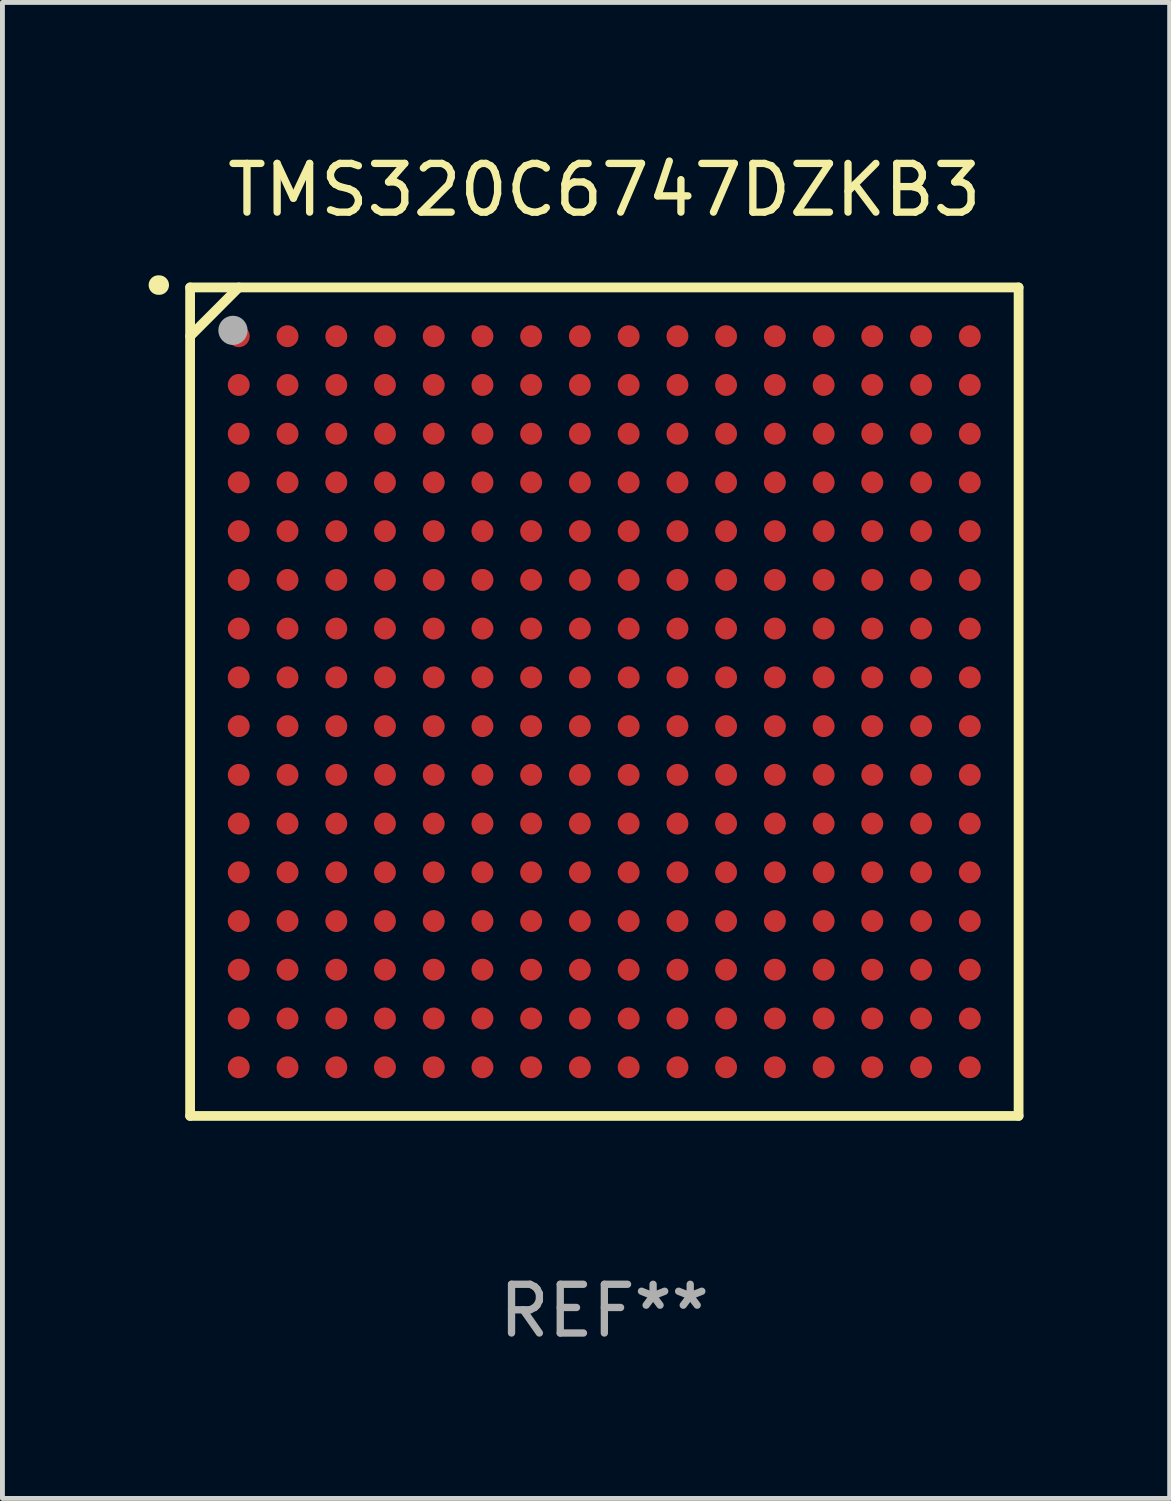
<source format=kicad_pcb>
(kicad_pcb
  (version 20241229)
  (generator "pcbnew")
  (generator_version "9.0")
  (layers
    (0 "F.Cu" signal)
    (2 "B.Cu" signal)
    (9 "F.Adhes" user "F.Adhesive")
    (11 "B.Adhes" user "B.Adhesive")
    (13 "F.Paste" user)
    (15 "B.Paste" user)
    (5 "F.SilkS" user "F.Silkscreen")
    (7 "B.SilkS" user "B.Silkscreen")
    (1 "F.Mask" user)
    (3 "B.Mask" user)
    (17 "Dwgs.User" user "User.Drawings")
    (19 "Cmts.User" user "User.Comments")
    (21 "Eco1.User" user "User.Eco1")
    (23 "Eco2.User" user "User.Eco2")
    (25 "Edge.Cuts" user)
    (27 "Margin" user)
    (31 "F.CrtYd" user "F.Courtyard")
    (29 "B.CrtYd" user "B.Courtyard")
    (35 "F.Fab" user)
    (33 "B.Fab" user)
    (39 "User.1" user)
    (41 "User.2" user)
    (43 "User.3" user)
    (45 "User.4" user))
  (footprint "TMS320C6747DZKB3"
    (layer "F.Cu")
    (at 9.351 11.348)
    (property "Reference" "TMS320C6747DZKB3" (at 0 -10.5 0) (layer "F.SilkS") (effects (font (size 1 1) (thickness 0.15))))
    (attr through_hole)
    (fp_line (start -8.5 -8.5) (end 8.5 -8.5) (stroke (width 0.2) (type solid)) (layer "F.SilkS"))
    (fp_line (start -8.5 -7.499) (end -7.502 -8.5) (stroke (width 0.2) (type solid)) (layer "F.SilkS"))
    (fp_line (start -8.5 8.5) (end -8.5 -8.5) (stroke (width 0.2) (type solid)) (layer "F.SilkS"))
    (fp_line (start 8.5 -8.5) (end 8.5 8.5) (stroke (width 0.2) (type solid)) (layer "F.SilkS"))
    (fp_line (start 8.5 8.5) (end -8.5 8.5) (stroke (width 0.2) (type solid)) (layer "F.SilkS"))
    (fp_arc (start -9.151181 -8.548768) (mid -9.142295 -8.548541) (end -9.133426 -8.547955) (stroke (width 0.4) (type solid)) (layer "F.SilkS"))
    (fp_circle (center -8.501 -8.499) (end -8.471 -8.499) (stroke (width 0.06) (type solid)) (fill no) (layer "F.SilkS"))
    (fp_circle (center -7.621 -7.619) (end -7.471 -7.619) (stroke (width 0.3) (type solid)) (fill no) (layer "F.Fab"))
    (fp_text user "REF**" (at 0 12.5 0) (layer "F.Fab") (effects (font (size 1 1) (thickness 0.15))))
    (pad "A1" smd circle (at -7.502 -7.499) (size 0.45 0.45) (layers "F.Cu" "F.Mask" "F.Paste"))
    (pad "A2" smd circle (at -6.501 -7.499) (size 0.45 0.45) (layers "F.Cu" "F.Mask" "F.Paste"))
    (pad "A3" smd circle (at -5.5 -7.499) (size 0.45 0.45) (layers "F.Cu" "F.Mask" "F.Paste"))
    (pad "A4" smd circle (at -4.502 -7.499) (size 0.45 0.45) (layers "F.Cu" "F.Mask" "F.Paste"))
    (pad "A5" smd circle (at -3.501 -7.499) (size 0.45 0.45) (layers "F.Cu" "F.Mask" "F.Paste"))
    (pad "A6" smd circle (at -2.501 -7.499) (size 0.45 0.45) (layers "F.Cu" "F.Mask" "F.Paste"))
    (pad "A7" smd circle (at -1.502 -7.499) (size 0.45 0.45) (layers "F.Cu" "F.Mask" "F.Paste"))
    (pad "A8" smd circle (at -0.502 -7.499) (size 0.45 0.45) (layers "F.Cu" "F.Mask" "F.Paste"))
    (pad "A9" smd circle (at 0.499 -7.499) (size 0.45 0.45) (layers "F.Cu" "F.Mask" "F.Paste"))
    (pad "A10" smd circle (at 1.5 -7.499) (size 0.45 0.45) (layers "F.Cu" "F.Mask" "F.Paste"))
    (pad "A11" smd circle (at 2.498 -7.499) (size 0.45 0.45) (layers "F.Cu" "F.Mask" "F.Paste"))
    (pad "A12" smd circle (at 3.499 -7.499) (size 0.45 0.45) (layers "F.Cu" "F.Mask" "F.Paste"))
    (pad "A13" smd circle (at 4.5 -7.499) (size 0.45 0.45) (layers "F.Cu" "F.Mask" "F.Paste"))
    (pad "A14" smd circle (at 5.498 -7.499) (size 0.45 0.45) (layers "F.Cu" "F.Mask" "F.Paste"))
    (pad "A15" smd circle (at 6.499 -7.499) (size 0.45 0.45) (layers "F.Cu" "F.Mask" "F.Paste"))
    (pad "A16" smd circle (at 7.499 -7.499) (size 0.45 0.45) (layers "F.Cu" "F.Mask" "F.Paste"))
    (pad "B1" smd circle (at -7.502 -6.499) (size 0.45 0.45) (layers "F.Cu" "F.Mask" "F.Paste"))
    (pad "B2" smd circle (at -6.501 -6.499) (size 0.45 0.45) (layers "F.Cu" "F.Mask" "F.Paste"))
    (pad "B3" smd circle (at -5.5 -6.499) (size 0.45 0.45) (layers "F.Cu" "F.Mask" "F.Paste"))
    (pad "B4" smd circle (at -4.502 -6.499) (size 0.45 0.45) (layers "F.Cu" "F.Mask" "F.Paste"))
    (pad "B5" smd circle (at -3.501 -6.499) (size 0.45 0.45) (layers "F.Cu" "F.Mask" "F.Paste"))
    (pad "B6" smd circle (at -2.501 -6.499) (size 0.45 0.45) (layers "F.Cu" "F.Mask" "F.Paste"))
    (pad "B7" smd circle (at -1.502 -6.499) (size 0.45 0.45) (layers "F.Cu" "F.Mask" "F.Paste"))
    (pad "B8" smd circle (at -0.502 -6.499) (size 0.45 0.45) (layers "F.Cu" "F.Mask" "F.Paste"))
    (pad "B9" smd circle (at 0.499 -6.499) (size 0.45 0.45) (layers "F.Cu" "F.Mask" "F.Paste"))
    (pad "B10" smd circle (at 1.5 -6.499) (size 0.45 0.45) (layers "F.Cu" "F.Mask" "F.Paste"))
    (pad "B11" smd circle (at 2.498 -6.499) (size 0.45 0.45) (layers "F.Cu" "F.Mask" "F.Paste"))
    (pad "B12" smd circle (at 3.499 -6.499) (size 0.45 0.45) (layers "F.Cu" "F.Mask" "F.Paste"))
    (pad "B13" smd circle (at 4.5 -6.499) (size 0.45 0.45) (layers "F.Cu" "F.Mask" "F.Paste"))
    (pad "B14" smd circle (at 5.498 -6.499) (size 0.45 0.45) (layers "F.Cu" "F.Mask" "F.Paste"))
    (pad "B15" smd circle (at 6.499 -6.499) (size 0.45 0.45) (layers "F.Cu" "F.Mask" "F.Paste"))
    (pad "B16" smd circle (at 7.499 -6.499) (size 0.45 0.45) (layers "F.Cu" "F.Mask" "F.Paste"))
    (pad "C1" smd circle (at -7.502 -5.498) (size 0.45 0.45) (layers "F.Cu" "F.Mask" "F.Paste"))
    (pad "C2" smd circle (at -6.501 -5.498) (size 0.45 0.45) (layers "F.Cu" "F.Mask" "F.Paste"))
    (pad "C3" smd circle (at -5.5 -5.498) (size 0.45 0.45) (layers "F.Cu" "F.Mask" "F.Paste"))
    (pad "C4" smd circle (at -4.502 -5.498) (size 0.45 0.45) (layers "F.Cu" "F.Mask" "F.Paste"))
    (pad "C5" smd circle (at -3.501 -5.498) (size 0.45 0.45) (layers "F.Cu" "F.Mask" "F.Paste"))
    (pad "C6" smd circle (at -2.501 -5.498) (size 0.45 0.45) (layers "F.Cu" "F.Mask" "F.Paste"))
    (pad "C7" smd circle (at -1.502 -5.498) (size 0.45 0.45) (layers "F.Cu" "F.Mask" "F.Paste"))
    (pad "C8" smd circle (at -0.502 -5.498) (size 0.45 0.45) (layers "F.Cu" "F.Mask" "F.Paste"))
    (pad "C9" smd circle (at 0.499 -5.498) (size 0.45 0.45) (layers "F.Cu" "F.Mask" "F.Paste"))
    (pad "C10" smd circle (at 1.5 -5.498) (size 0.45 0.45) (layers "F.Cu" "F.Mask" "F.Paste"))
    (pad "C11" smd circle (at 2.498 -5.498) (size 0.45 0.45) (layers "F.Cu" "F.Mask" "F.Paste"))
    (pad "C12" smd circle (at 3.499 -5.498) (size 0.45 0.45) (layers "F.Cu" "F.Mask" "F.Paste"))
    (pad "C13" smd circle (at 4.5 -5.498) (size 0.45 0.45) (layers "F.Cu" "F.Mask" "F.Paste"))
    (pad "C14" smd circle (at 5.498 -5.498) (size 0.45 0.45) (layers "F.Cu" "F.Mask" "F.Paste"))
    (pad "C15" smd circle (at 6.499 -5.498) (size 0.45 0.45) (layers "F.Cu" "F.Mask" "F.Paste"))
    (pad "C16" smd circle (at 7.499 -5.498) (size 0.45 0.45) (layers "F.Cu" "F.Mask" "F.Paste"))
    (pad "D1" smd circle (at -7.502 -4.5) (size 0.45 0.45) (layers "F.Cu" "F.Mask" "F.Paste"))
    (pad "D2" smd circle (at -6.501 -4.5) (size 0.45 0.45) (layers "F.Cu" "F.Mask" "F.Paste"))
    (pad "D3" smd circle (at -5.5 -4.5) (size 0.45 0.45) (layers "F.Cu" "F.Mask" "F.Paste"))
    (pad "D4" smd circle (at -4.502 -4.5) (size 0.45 0.45) (layers "F.Cu" "F.Mask" "F.Paste"))
    (pad "D5" smd circle (at -3.501 -4.5) (size 0.45 0.45) (layers "F.Cu" "F.Mask" "F.Paste"))
    (pad "D6" smd circle (at -2.501 -4.5) (size 0.45 0.45) (layers "F.Cu" "F.Mask" "F.Paste"))
    (pad "D7" smd circle (at -1.502 -4.5) (size 0.45 0.45) (layers "F.Cu" "F.Mask" "F.Paste"))
    (pad "D8" smd circle (at -0.502 -4.5) (size 0.45 0.45) (layers "F.Cu" "F.Mask" "F.Paste"))
    (pad "D9" smd circle (at 0.499 -4.5) (size 0.45 0.45) (layers "F.Cu" "F.Mask" "F.Paste"))
    (pad "D10" smd circle (at 1.5 -4.5) (size 0.45 0.45) (layers "F.Cu" "F.Mask" "F.Paste"))
    (pad "D11" smd circle (at 2.498 -4.5) (size 0.45 0.45) (layers "F.Cu" "F.Mask" "F.Paste"))
    (pad "D12" smd circle (at 3.499 -4.5) (size 0.45 0.45) (layers "F.Cu" "F.Mask" "F.Paste"))
    (pad "D13" smd circle (at 4.5 -4.5) (size 0.45 0.45) (layers "F.Cu" "F.Mask" "F.Paste"))
    (pad "D14" smd circle (at 5.498 -4.5) (size 0.45 0.45) (layers "F.Cu" "F.Mask" "F.Paste"))
    (pad "D15" smd circle (at 6.499 -4.5) (size 0.45 0.45) (layers "F.Cu" "F.Mask" "F.Paste"))
    (pad "D16" smd circle (at 7.499 -4.5) (size 0.45 0.45) (layers "F.Cu" "F.Mask" "F.Paste"))
    (pad "E1" smd circle (at -7.502 -3.499) (size 0.45 0.45) (layers "F.Cu" "F.Mask" "F.Paste"))
    (pad "E2" smd circle (at -6.501 -3.499) (size 0.45 0.45) (layers "F.Cu" "F.Mask" "F.Paste"))
    (pad "E3" smd circle (at -5.5 -3.499) (size 0.45 0.45) (layers "F.Cu" "F.Mask" "F.Paste"))
    (pad "E4" smd circle (at -4.502 -3.499) (size 0.45 0.45) (layers "F.Cu" "F.Mask" "F.Paste"))
    (pad "E5" smd circle (at -3.501 -3.499) (size 0.45 0.45) (layers "F.Cu" "F.Mask" "F.Paste"))
    (pad "E6" smd circle (at -2.501 -3.499) (size 0.45 0.45) (layers "F.Cu" "F.Mask" "F.Paste"))
    (pad "E7" smd circle (at -1.502 -3.499) (size 0.45 0.45) (layers "F.Cu" "F.Mask" "F.Paste"))
    (pad "E8" smd circle (at -0.502 -3.499) (size 0.45 0.45) (layers "F.Cu" "F.Mask" "F.Paste"))
    (pad "E9" smd circle (at 0.499 -3.499) (size 0.45 0.45) (layers "F.Cu" "F.Mask" "F.Paste"))
    (pad "E10" smd circle (at 1.5 -3.499) (size 0.45 0.45) (layers "F.Cu" "F.Mask" "F.Paste"))
    (pad "E11" smd circle (at 2.498 -3.499) (size 0.45 0.45) (layers "F.Cu" "F.Mask" "F.Paste"))
    (pad "E12" smd circle (at 3.499 -3.499) (size 0.45 0.45) (layers "F.Cu" "F.Mask" "F.Paste"))
    (pad "E13" smd circle (at 4.5 -3.499) (size 0.45 0.45) (layers "F.Cu" "F.Mask" "F.Paste"))
    (pad "E14" smd circle (at 5.498 -3.499) (size 0.45 0.45) (layers "F.Cu" "F.Mask" "F.Paste"))
    (pad "E15" smd circle (at 6.499 -3.499) (size 0.45 0.45) (layers "F.Cu" "F.Mask" "F.Paste"))
    (pad "E16" smd circle (at 7.499 -3.499) (size 0.45 0.45) (layers "F.Cu" "F.Mask" "F.Paste"))
    (pad "F1" smd circle (at -7.502 -2.498) (size 0.45 0.45) (layers "F.Cu" "F.Mask" "F.Paste"))
    (pad "F2" smd circle (at -6.501 -2.498) (size 0.45 0.45) (layers "F.Cu" "F.Mask" "F.Paste"))
    (pad "F3" smd circle (at -5.5 -2.498) (size 0.45 0.45) (layers "F.Cu" "F.Mask" "F.Paste"))
    (pad "F4" smd circle (at -4.502 -2.498) (size 0.45 0.45) (layers "F.Cu" "F.Mask" "F.Paste"))
    (pad "F5" smd circle (at -3.501 -2.498) (size 0.45 0.45) (layers "F.Cu" "F.Mask" "F.Paste"))
    (pad "F6" smd circle (at -2.501 -2.498) (size 0.45 0.45) (layers "F.Cu" "F.Mask" "F.Paste"))
    (pad "F7" smd circle (at -1.502 -2.498) (size 0.45 0.45) (layers "F.Cu" "F.Mask" "F.Paste"))
    (pad "F8" smd circle (at -0.502 -2.498) (size 0.45 0.45) (layers "F.Cu" "F.Mask" "F.Paste"))
    (pad "F9" smd circle (at 0.499 -2.498) (size 0.45 0.45) (layers "F.Cu" "F.Mask" "F.Paste"))
    (pad "F10" smd circle (at 1.5 -2.498) (size 0.45 0.45) (layers "F.Cu" "F.Mask" "F.Paste"))
    (pad "F11" smd circle (at 2.498 -2.498) (size 0.45 0.45) (layers "F.Cu" "F.Mask" "F.Paste"))
    (pad "F12" smd circle (at 3.499 -2.498) (size 0.45 0.45) (layers "F.Cu" "F.Mask" "F.Paste"))
    (pad "F13" smd circle (at 4.5 -2.498) (size 0.45 0.45) (layers "F.Cu" "F.Mask" "F.Paste"))
    (pad "F14" smd circle (at 5.498 -2.498) (size 0.45 0.45) (layers "F.Cu" "F.Mask" "F.Paste"))
    (pad "F15" smd circle (at 6.499 -2.498) (size 0.45 0.45) (layers "F.Cu" "F.Mask" "F.Paste"))
    (pad "F16" smd circle (at 7.499 -2.498) (size 0.45 0.45) (layers "F.Cu" "F.Mask" "F.Paste"))
    (pad "G1" smd circle (at -7.502 -1.5) (size 0.45 0.45) (layers "F.Cu" "F.Mask" "F.Paste"))
    (pad "G2" smd circle (at -6.501 -1.5) (size 0.45 0.45) (layers "F.Cu" "F.Mask" "F.Paste"))
    (pad "G3" smd circle (at -5.5 -1.5) (size 0.45 0.45) (layers "F.Cu" "F.Mask" "F.Paste"))
    (pad "G4" smd circle (at -4.502 -1.5) (size 0.45 0.45) (layers "F.Cu" "F.Mask" "F.Paste"))
    (pad "G5" smd circle (at -3.501 -1.5) (size 0.45 0.45) (layers "F.Cu" "F.Mask" "F.Paste"))
    (pad "G6" smd circle (at -2.501 -1.5) (size 0.45 0.45) (layers "F.Cu" "F.Mask" "F.Paste"))
    (pad "G7" smd circle (at -1.502 -1.5) (size 0.45 0.45) (layers "F.Cu" "F.Mask" "F.Paste"))
    (pad "G8" smd circle (at -0.502 -1.5) (size 0.45 0.45) (layers "F.Cu" "F.Mask" "F.Paste"))
    (pad "G9" smd circle (at 0.499 -1.5) (size 0.45 0.45) (layers "F.Cu" "F.Mask" "F.Paste"))
    (pad "G10" smd circle (at 1.5 -1.5) (size 0.45 0.45) (layers "F.Cu" "F.Mask" "F.Paste"))
    (pad "G11" smd circle (at 2.498 -1.5) (size 0.45 0.45) (layers "F.Cu" "F.Mask" "F.Paste"))
    (pad "G12" smd circle (at 3.499 -1.5) (size 0.45 0.45) (layers "F.Cu" "F.Mask" "F.Paste"))
    (pad "G13" smd circle (at 4.5 -1.5) (size 0.45 0.45) (layers "F.Cu" "F.Mask" "F.Paste"))
    (pad "G14" smd circle (at 5.498 -1.5) (size 0.45 0.45) (layers "F.Cu" "F.Mask" "F.Paste"))
    (pad "G15" smd circle (at 6.499 -1.5) (size 0.45 0.45) (layers "F.Cu" "F.Mask" "F.Paste"))
    (pad "G16" smd circle (at 7.499 -1.5) (size 0.45 0.45) (layers "F.Cu" "F.Mask" "F.Paste"))
    (pad "H1" smd circle (at -7.502 -0.499) (size 0.45 0.45) (layers "F.Cu" "F.Mask" "F.Paste"))
    (pad "H2" smd circle (at -6.501 -0.499) (size 0.45 0.45) (layers "F.Cu" "F.Mask" "F.Paste"))
    (pad "H3" smd circle (at -5.5 -0.499) (size 0.45 0.45) (layers "F.Cu" "F.Mask" "F.Paste"))
    (pad "H4" smd circle (at -4.502 -0.499) (size 0.45 0.45) (layers "F.Cu" "F.Mask" "F.Paste"))
    (pad "H5" smd circle (at -3.501 -0.499) (size 0.45 0.45) (layers "F.Cu" "F.Mask" "F.Paste"))
    (pad "H6" smd circle (at -2.501 -0.499) (size 0.45 0.45) (layers "F.Cu" "F.Mask" "F.Paste"))
    (pad "H7" smd circle (at -1.502 -0.499) (size 0.45 0.45) (layers "F.Cu" "F.Mask" "F.Paste"))
    (pad "H8" smd circle (at -0.502 -0.499) (size 0.45 0.45) (layers "F.Cu" "F.Mask" "F.Paste"))
    (pad "H9" smd circle (at 0.499 -0.499) (size 0.45 0.45) (layers "F.Cu" "F.Mask" "F.Paste"))
    (pad "H10" smd circle (at 1.5 -0.499) (size 0.45 0.45) (layers "F.Cu" "F.Mask" "F.Paste"))
    (pad "H11" smd circle (at 2.498 -0.499) (size 0.45 0.45) (layers "F.Cu" "F.Mask" "F.Paste"))
    (pad "H12" smd circle (at 3.499 -0.499) (size 0.45 0.45) (layers "F.Cu" "F.Mask" "F.Paste"))
    (pad "H13" smd circle (at 4.5 -0.499) (size 0.45 0.45) (layers "F.Cu" "F.Mask" "F.Paste"))
    (pad "H14" smd circle (at 5.498 -0.499) (size 0.45 0.45) (layers "F.Cu" "F.Mask" "F.Paste"))
    (pad "H15" smd circle (at 6.499 -0.499) (size 0.45 0.45) (layers "F.Cu" "F.Mask" "F.Paste"))
    (pad "H16" smd circle (at 7.499 -0.499) (size 0.45 0.45) (layers "F.Cu" "F.Mask" "F.Paste"))
    (pad "J1" smd circle (at -7.502 0.502) (size 0.45 0.45) (layers "F.Cu" "F.Mask" "F.Paste"))
    (pad "J2" smd circle (at -6.501 0.502) (size 0.45 0.45) (layers "F.Cu" "F.Mask" "F.Paste"))
    (pad "J3" smd circle (at -5.5 0.502) (size 0.45 0.45) (layers "F.Cu" "F.Mask" "F.Paste"))
    (pad "J4" smd circle (at -4.502 0.502) (size 0.45 0.45) (layers "F.Cu" "F.Mask" "F.Paste"))
    (pad "J5" smd circle (at -3.501 0.502) (size 0.45 0.45) (layers "F.Cu" "F.Mask" "F.Paste"))
    (pad "J6" smd circle (at -2.501 0.502) (size 0.45 0.45) (layers "F.Cu" "F.Mask" "F.Paste"))
    (pad "J7" smd circle (at -1.502 0.502) (size 0.45 0.45) (layers "F.Cu" "F.Mask" "F.Paste"))
    (pad "J8" smd circle (at -0.502 0.502) (size 0.45 0.45) (layers "F.Cu" "F.Mask" "F.Paste"))
    (pad "J9" smd circle (at 0.499 0.502) (size 0.45 0.45) (layers "F.Cu" "F.Mask" "F.Paste"))
    (pad "J10" smd circle (at 1.5 0.502) (size 0.45 0.45) (layers "F.Cu" "F.Mask" "F.Paste"))
    (pad "J11" smd circle (at 2.498 0.502) (size 0.45 0.45) (layers "F.Cu" "F.Mask" "F.Paste"))
    (pad "J12" smd circle (at 3.499 0.502) (size 0.45 0.45) (layers "F.Cu" "F.Mask" "F.Paste"))
    (pad "J13" smd circle (at 4.5 0.502) (size 0.45 0.45) (layers "F.Cu" "F.Mask" "F.Paste"))
    (pad "J14" smd circle (at 5.498 0.502) (size 0.45 0.45) (layers "F.Cu" "F.Mask" "F.Paste"))
    (pad "J15" smd circle (at 6.499 0.502) (size 0.45 0.45) (layers "F.Cu" "F.Mask" "F.Paste"))
    (pad "J16" smd circle (at 7.499 0.502) (size 0.45 0.45) (layers "F.Cu" "F.Mask" "F.Paste"))
    (pad "K1" smd circle (at -7.502 1.502) (size 0.45 0.45) (layers "F.Cu" "F.Mask" "F.Paste"))
    (pad "K2" smd circle (at -6.501 1.502) (size 0.45 0.45) (layers "F.Cu" "F.Mask" "F.Paste"))
    (pad "K3" smd circle (at -5.5 1.502) (size 0.45 0.45) (layers "F.Cu" "F.Mask" "F.Paste"))
    (pad "K4" smd circle (at -4.502 1.502) (size 0.45 0.45) (layers "F.Cu" "F.Mask" "F.Paste"))
    (pad "K5" smd circle (at -3.501 1.502) (size 0.45 0.45) (layers "F.Cu" "F.Mask" "F.Paste"))
    (pad "K6" smd circle (at -2.501 1.502) (size 0.45 0.45) (layers "F.Cu" "F.Mask" "F.Paste"))
    (pad "K7" smd circle (at -1.502 1.502) (size 0.45 0.45) (layers "F.Cu" "F.Mask" "F.Paste"))
    (pad "K8" smd circle (at -0.502 1.502) (size 0.45 0.45) (layers "F.Cu" "F.Mask" "F.Paste"))
    (pad "K9" smd circle (at 0.499 1.502) (size 0.45 0.45) (layers "F.Cu" "F.Mask" "F.Paste"))
    (pad "K10" smd circle (at 1.5 1.502) (size 0.45 0.45) (layers "F.Cu" "F.Mask" "F.Paste"))
    (pad "K11" smd circle (at 2.498 1.502) (size 0.45 0.45) (layers "F.Cu" "F.Mask" "F.Paste"))
    (pad "K12" smd circle (at 3.499 1.502) (size 0.45 0.45) (layers "F.Cu" "F.Mask" "F.Paste"))
    (pad "K13" smd circle (at 4.5 1.502) (size 0.45 0.45) (layers "F.Cu" "F.Mask" "F.Paste"))
    (pad "K14" smd circle (at 5.498 1.502) (size 0.45 0.45) (layers "F.Cu" "F.Mask" "F.Paste"))
    (pad "K15" smd circle (at 6.499 1.502) (size 0.45 0.45) (layers "F.Cu" "F.Mask" "F.Paste"))
    (pad "K16" smd circle (at 7.499 1.502) (size 0.45 0.45) (layers "F.Cu" "F.Mask" "F.Paste"))
    (pad "L1" smd circle (at -7.502 2.501) (size 0.45 0.45) (layers "F.Cu" "F.Mask" "F.Paste"))
    (pad "L2" smd circle (at -6.501 2.501) (size 0.45 0.45) (layers "F.Cu" "F.Mask" "F.Paste"))
    (pad "L3" smd circle (at -5.5 2.501) (size 0.45 0.45) (layers "F.Cu" "F.Mask" "F.Paste"))
    (pad "L4" smd circle (at -4.502 2.501) (size 0.45 0.45) (layers "F.Cu" "F.Mask" "F.Paste"))
    (pad "L5" smd circle (at -3.501 2.501) (size 0.45 0.45) (layers "F.Cu" "F.Mask" "F.Paste"))
    (pad "L6" smd circle (at -2.501 2.501) (size 0.45 0.45) (layers "F.Cu" "F.Mask" "F.Paste"))
    (pad "L7" smd circle (at -1.502 2.501) (size 0.45 0.45) (layers "F.Cu" "F.Mask" "F.Paste"))
    (pad "L8" smd circle (at -0.502 2.501) (size 0.45 0.45) (layers "F.Cu" "F.Mask" "F.Paste"))
    (pad "L9" smd circle (at 0.499 2.501) (size 0.45 0.45) (layers "F.Cu" "F.Mask" "F.Paste"))
    (pad "L10" smd circle (at 1.5 2.501) (size 0.45 0.45) (layers "F.Cu" "F.Mask" "F.Paste"))
    (pad "L11" smd circle (at 2.498 2.501) (size 0.45 0.45) (layers "F.Cu" "F.Mask" "F.Paste"))
    (pad "L12" smd circle (at 3.499 2.501) (size 0.45 0.45) (layers "F.Cu" "F.Mask" "F.Paste"))
    (pad "L13" smd circle (at 4.5 2.501) (size 0.45 0.45) (layers "F.Cu" "F.Mask" "F.Paste"))
    (pad "L14" smd circle (at 5.498 2.501) (size 0.45 0.45) (layers "F.Cu" "F.Mask" "F.Paste"))
    (pad "L15" smd circle (at 6.499 2.501) (size 0.45 0.45) (layers "F.Cu" "F.Mask" "F.Paste"))
    (pad "L16" smd circle (at 7.499 2.501) (size 0.45 0.45) (layers "F.Cu" "F.Mask" "F.Paste"))
    (pad "M1" smd circle (at -7.502 3.501) (size 0.45 0.45) (layers "F.Cu" "F.Mask" "F.Paste"))
    (pad "M2" smd circle (at -6.501 3.501) (size 0.45 0.45) (layers "F.Cu" "F.Mask" "F.Paste"))
    (pad "M3" smd circle (at -5.5 3.501) (size 0.45 0.45) (layers "F.Cu" "F.Mask" "F.Paste"))
    (pad "M4" smd circle (at -4.502 3.501) (size 0.45 0.45) (layers "F.Cu" "F.Mask" "F.Paste"))
    (pad "M5" smd circle (at -3.501 3.501) (size 0.45 0.45) (layers "F.Cu" "F.Mask" "F.Paste"))
    (pad "M6" smd circle (at -2.501 3.501) (size 0.45 0.45) (layers "F.Cu" "F.Mask" "F.Paste"))
    (pad "M7" smd circle (at -1.502 3.501) (size 0.45 0.45) (layers "F.Cu" "F.Mask" "F.Paste"))
    (pad "M8" smd circle (at -0.502 3.501) (size 0.45 0.45) (layers "F.Cu" "F.Mask" "F.Paste"))
    (pad "M9" smd circle (at 0.499 3.501) (size 0.45 0.45) (layers "F.Cu" "F.Mask" "F.Paste"))
    (pad "M10" smd circle (at 1.5 3.501) (size 0.45 0.45) (layers "F.Cu" "F.Mask" "F.Paste"))
    (pad "M11" smd circle (at 2.498 3.501) (size 0.45 0.45) (layers "F.Cu" "F.Mask" "F.Paste"))
    (pad "M12" smd circle (at 3.499 3.501) (size 0.45 0.45) (layers "F.Cu" "F.Mask" "F.Paste"))
    (pad "M13" smd circle (at 4.5 3.501) (size 0.45 0.45) (layers "F.Cu" "F.Mask" "F.Paste"))
    (pad "M14" smd circle (at 5.498 3.501) (size 0.45 0.45) (layers "F.Cu" "F.Mask" "F.Paste"))
    (pad "M15" smd circle (at 6.499 3.501) (size 0.45 0.45) (layers "F.Cu" "F.Mask" "F.Paste"))
    (pad "M16" smd circle (at 7.499 3.501) (size 0.45 0.45) (layers "F.Cu" "F.Mask" "F.Paste"))
    (pad "N1" smd circle (at -7.502 4.502) (size 0.45 0.45) (layers "F.Cu" "F.Mask" "F.Paste"))
    (pad "N2" smd circle (at -6.501 4.502) (size 0.45 0.45) (layers "F.Cu" "F.Mask" "F.Paste"))
    (pad "N3" smd circle (at -5.5 4.502) (size 0.45 0.45) (layers "F.Cu" "F.Mask" "F.Paste"))
    (pad "N4" smd circle (at -4.502 4.502) (size 0.45 0.45) (layers "F.Cu" "F.Mask" "F.Paste"))
    (pad "N5" smd circle (at -3.501 4.502) (size 0.45 0.45) (layers "F.Cu" "F.Mask" "F.Paste"))
    (pad "N6" smd circle (at -2.501 4.502) (size 0.45 0.45) (layers "F.Cu" "F.Mask" "F.Paste"))
    (pad "N7" smd circle (at -1.502 4.502) (size 0.45 0.45) (layers "F.Cu" "F.Mask" "F.Paste"))
    (pad "N8" smd circle (at -0.502 4.502) (size 0.45 0.45) (layers "F.Cu" "F.Mask" "F.Paste"))
    (pad "N9" smd circle (at 0.499 4.502) (size 0.45 0.45) (layers "F.Cu" "F.Mask" "F.Paste"))
    (pad "N10" smd circle (at 1.5 4.502) (size 0.45 0.45) (layers "F.Cu" "F.Mask" "F.Paste"))
    (pad "N11" smd circle (at 2.498 4.502) (size 0.45 0.45) (layers "F.Cu" "F.Mask" "F.Paste"))
    (pad "N12" smd circle (at 3.499 4.502) (size 0.45 0.45) (layers "F.Cu" "F.Mask" "F.Paste"))
    (pad "N13" smd circle (at 4.5 4.502) (size 0.45 0.45) (layers "F.Cu" "F.Mask" "F.Paste"))
    (pad "N14" smd circle (at 5.498 4.502) (size 0.45 0.45) (layers "F.Cu" "F.Mask" "F.Paste"))
    (pad "N15" smd circle (at 6.499 4.502) (size 0.45 0.45) (layers "F.Cu" "F.Mask" "F.Paste"))
    (pad "N16" smd circle (at 7.499 4.502) (size 0.45 0.45) (layers "F.Cu" "F.Mask" "F.Paste"))
    (pad "P1" smd circle (at -7.502 5.5) (size 0.45 0.45) (layers "F.Cu" "F.Mask" "F.Paste"))
    (pad "P2" smd circle (at -6.501 5.5) (size 0.45 0.45) (layers "F.Cu" "F.Mask" "F.Paste"))
    (pad "P3" smd circle (at -5.5 5.5) (size 0.45 0.45) (layers "F.Cu" "F.Mask" "F.Paste"))
    (pad "P4" smd circle (at -4.502 5.5) (size 0.45 0.45) (layers "F.Cu" "F.Mask" "F.Paste"))
    (pad "P5" smd circle (at -3.501 5.5) (size 0.45 0.45) (layers "F.Cu" "F.Mask" "F.Paste"))
    (pad "P6" smd circle (at -2.501 5.5) (size 0.45 0.45) (layers "F.Cu" "F.Mask" "F.Paste"))
    (pad "P7" smd circle (at -1.502 5.5) (size 0.45 0.45) (layers "F.Cu" "F.Mask" "F.Paste"))
    (pad "P8" smd circle (at -0.502 5.5) (size 0.45 0.45) (layers "F.Cu" "F.Mask" "F.Paste"))
    (pad "P9" smd circle (at 0.499 5.5) (size 0.45 0.45) (layers "F.Cu" "F.Mask" "F.Paste"))
    (pad "P10" smd circle (at 1.5 5.5) (size 0.45 0.45) (layers "F.Cu" "F.Mask" "F.Paste"))
    (pad "P11" smd circle (at 2.498 5.5) (size 0.45 0.45) (layers "F.Cu" "F.Mask" "F.Paste"))
    (pad "P12" smd circle (at 3.499 5.5) (size 0.45 0.45) (layers "F.Cu" "F.Mask" "F.Paste"))
    (pad "P13" smd circle (at 4.5 5.5) (size 0.45 0.45) (layers "F.Cu" "F.Mask" "F.Paste"))
    (pad "P14" smd circle (at 5.498 5.5) (size 0.45 0.45) (layers "F.Cu" "F.Mask" "F.Paste"))
    (pad "P15" smd circle (at 6.499 5.5) (size 0.45 0.45) (layers "F.Cu" "F.Mask" "F.Paste"))
    (pad "P16" smd circle (at 7.499 5.5) (size 0.45 0.45) (layers "F.Cu" "F.Mask" "F.Paste"))
    (pad "R1" smd circle (at -7.502 6.501) (size 0.45 0.45) (layers "F.Cu" "F.Mask" "F.Paste"))
    (pad "R2" smd circle (at -6.501 6.501) (size 0.45 0.45) (layers "F.Cu" "F.Mask" "F.Paste"))
    (pad "R3" smd circle (at -5.5 6.501) (size 0.45 0.45) (layers "F.Cu" "F.Mask" "F.Paste"))
    (pad "R4" smd circle (at -4.502 6.501) (size 0.45 0.45) (layers "F.Cu" "F.Mask" "F.Paste"))
    (pad "R5" smd circle (at -3.501 6.501) (size 0.45 0.45) (layers "F.Cu" "F.Mask" "F.Paste"))
    (pad "R6" smd circle (at -2.501 6.501) (size 0.45 0.45) (layers "F.Cu" "F.Mask" "F.Paste"))
    (pad "R7" smd circle (at -1.502 6.501) (size 0.45 0.45) (layers "F.Cu" "F.Mask" "F.Paste"))
    (pad "R8" smd circle (at -0.502 6.501) (size 0.45 0.45) (layers "F.Cu" "F.Mask" "F.Paste"))
    (pad "R9" smd circle (at 0.499 6.501) (size 0.45 0.45) (layers "F.Cu" "F.Mask" "F.Paste"))
    (pad "R10" smd circle (at 1.5 6.501) (size 0.45 0.45) (layers "F.Cu" "F.Mask" "F.Paste"))
    (pad "R11" smd circle (at 2.498 6.501) (size 0.45 0.45) (layers "F.Cu" "F.Mask" "F.Paste"))
    (pad "R12" smd circle (at 3.499 6.501) (size 0.45 0.45) (layers "F.Cu" "F.Mask" "F.Paste"))
    (pad "R13" smd circle (at 4.5 6.501) (size 0.45 0.45) (layers "F.Cu" "F.Mask" "F.Paste"))
    (pad "R14" smd circle (at 5.498 6.501) (size 0.45 0.45) (layers "F.Cu" "F.Mask" "F.Paste"))
    (pad "R15" smd circle (at 6.499 6.501) (size 0.45 0.45) (layers "F.Cu" "F.Mask" "F.Paste"))
    (pad "R16" smd circle (at 7.499 6.501) (size 0.45 0.45) (layers "F.Cu" "F.Mask" "F.Paste"))
    (pad "T1" smd circle (at -7.502 7.502) (size 0.45 0.45) (layers "F.Cu" "F.Mask" "F.Paste"))
    (pad "T2" smd circle (at -6.501 7.502) (size 0.45 0.45) (layers "F.Cu" "F.Mask" "F.Paste"))
    (pad "T3" smd circle (at -5.5 7.502) (size 0.45 0.45) (layers "F.Cu" "F.Mask" "F.Paste"))
    (pad "T4" smd circle (at -4.502 7.502) (size 0.45 0.45) (layers "F.Cu" "F.Mask" "F.Paste"))
    (pad "T5" smd circle (at -3.501 7.502) (size 0.45 0.45) (layers "F.Cu" "F.Mask" "F.Paste"))
    (pad "T6" smd circle (at -2.501 7.502) (size 0.45 0.45) (layers "F.Cu" "F.Mask" "F.Paste"))
    (pad "T7" smd circle (at -1.502 7.502) (size 0.45 0.45) (layers "F.Cu" "F.Mask" "F.Paste"))
    (pad "T8" smd circle (at -0.502 7.502) (size 0.45 0.45) (layers "F.Cu" "F.Mask" "F.Paste"))
    (pad "T9" smd circle (at 0.499 7.502) (size 0.45 0.45) (layers "F.Cu" "F.Mask" "F.Paste"))
    (pad "T10" smd circle (at 1.5 7.502) (size 0.45 0.45) (layers "F.Cu" "F.Mask" "F.Paste"))
    (pad "T11" smd circle (at 2.498 7.502) (size 0.45 0.45) (layers "F.Cu" "F.Mask" "F.Paste"))
    (pad "T12" smd circle (at 3.499 7.502) (size 0.45 0.45) (layers "F.Cu" "F.Mask" "F.Paste"))
    (pad "T13" smd circle (at 4.5 7.502) (size 0.45 0.45) (layers "F.Cu" "F.Mask" "F.Paste"))
    (pad "T14" smd circle (at 5.498 7.502) (size 0.45 0.45) (layers "F.Cu" "F.Mask" "F.Paste"))
    (pad "T15" smd circle (at 6.499 7.502) (size 0.45 0.45) (layers "F.Cu" "F.Mask" "F.Paste"))
    (pad "T16" smd circle (at 7.499 7.502) (size 0.45 0.45) (layers "F.Cu" "F.Mask" "F.Paste")))
  (gr_rect
    (start -3 -3)
    (end 20.951 27.697)
    (stroke (width 0.1) (type default))
    (fill no)
    (layer "Edge.Cuts")))
</source>
